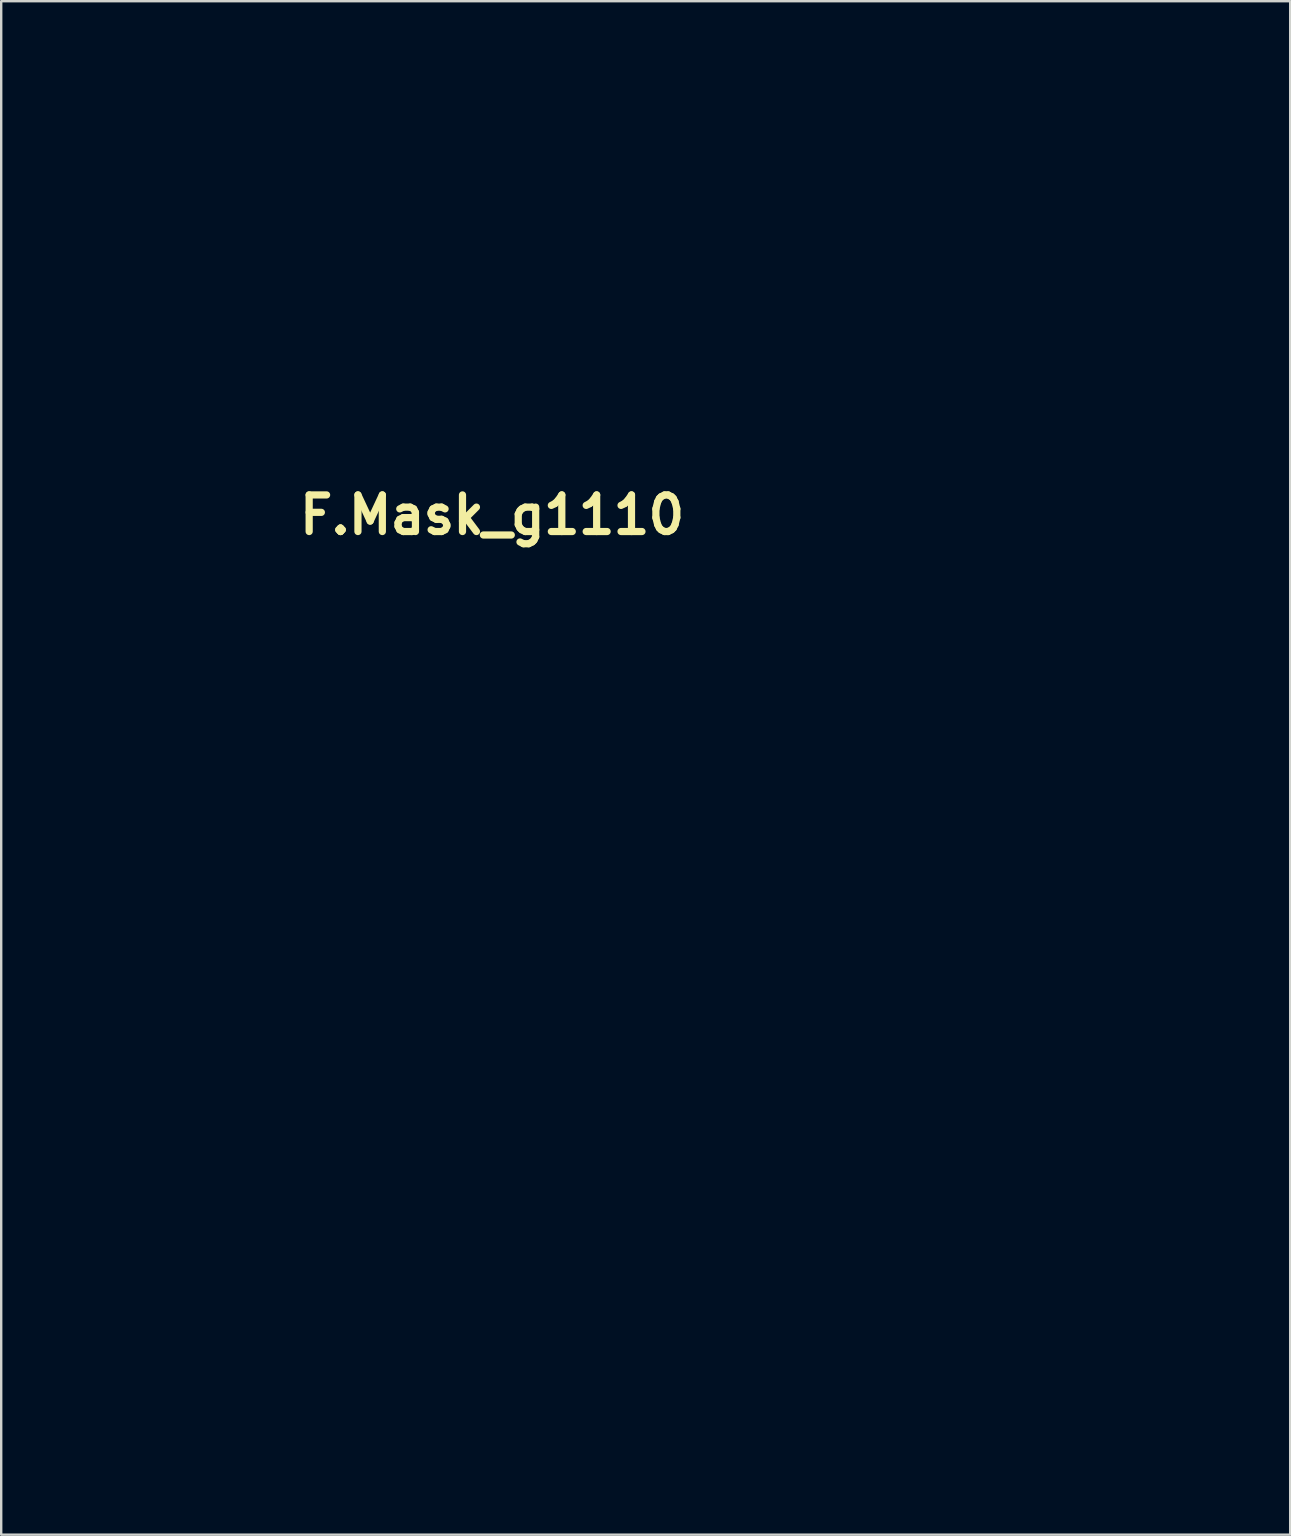
<source format=kicad_pcb>
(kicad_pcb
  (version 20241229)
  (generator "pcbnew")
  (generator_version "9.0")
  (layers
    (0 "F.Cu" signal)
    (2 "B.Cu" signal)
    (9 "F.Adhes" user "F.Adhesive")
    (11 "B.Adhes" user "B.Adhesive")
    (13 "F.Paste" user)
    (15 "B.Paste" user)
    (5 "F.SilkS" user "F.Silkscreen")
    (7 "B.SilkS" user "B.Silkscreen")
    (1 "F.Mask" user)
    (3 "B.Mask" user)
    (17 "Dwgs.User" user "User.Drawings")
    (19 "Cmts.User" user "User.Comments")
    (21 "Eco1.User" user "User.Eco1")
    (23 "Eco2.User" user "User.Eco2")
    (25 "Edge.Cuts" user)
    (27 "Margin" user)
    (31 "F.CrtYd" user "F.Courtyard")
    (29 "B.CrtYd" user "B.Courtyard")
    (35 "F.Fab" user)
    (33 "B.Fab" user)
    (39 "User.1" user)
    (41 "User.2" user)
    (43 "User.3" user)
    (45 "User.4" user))
  (footprint "F.Mask_g1110"
    (layer "F.Cu")
    (at 17.447 18.399)
    (property "Reference" "F.Mask_g1110" (at 0 0 0) (layer "F.SilkS") (effects (font (size 1.524 1.524) (thickness 0.3))))
    (attr through_hole)
    (fp_poly (pts (xy 10.24 7.795) (xy 10.632 8.188) (xy 10.211 8.597) (xy 10.088 8.716) (xy 9.963 8.837) (xy 9.843 8.953) (xy 9.735 9.058) (xy 9.646 9.145) (xy 9.592 9.197) (xy 9.395 9.389) (xy 9.901 9.879) (xy 10.407 10.369) (xy 11.568 10.317) (xy 12.73 10.264) (xy 13.193 10.727) (xy 13.656 11.191) (xy 12.908 11.205) (xy 12.692 11.209) (xy 12.453 11.213) (xy 12.203 11.218) (xy 11.954 11.223) (xy 11.721 11.227) (xy 11.515 11.231) (xy 11.483 11.232) (xy 10.805 11.246) (xy 10.649 12.74) (xy 10.623 12.987) (xy 10.598 13.221) (xy 10.575 13.439) (xy 10.554 13.638) (xy 10.536 13.814) (xy 10.52 13.964) (xy 10.507 14.085) (xy 10.498 14.173) (xy 10.492 14.225) (xy 10.49 14.238) (xy 10.475 14.225) (xy 10.433 14.186) (xy 10.369 14.124) (xy 10.285 14.044) (xy 10.186 13.949) (xy 10.075 13.842) (xy 10.036 13.804) (xy 9.584 13.367) (xy 9.704 12.16) (xy 9.823 10.954) (xy 9.325 10.462) (xy 9.206 10.344) (xy 9.095 10.236) (xy 8.998 10.142) (xy 8.917 10.065) (xy 8.857 10.009) (xy 8.82 9.977) (xy 8.811 9.97) (xy 8.793 9.984) (xy 8.748 10.025) (xy 8.678 10.09) (xy 8.588 10.175) (xy 8.481 10.277) (xy 8.359 10.394) (xy 8.226 10.522) (xy 8.14 10.605) (xy 8.001 10.739) (xy 7.872 10.863) (xy 7.756 10.974) (xy 7.655 11.07) (xy 7.574 11.147) (xy 7.514 11.203) (xy 7.479 11.234) (xy 7.472 11.239) (xy 7.454 11.225) (xy 7.41 11.186) (xy 7.344 11.124) (xy 7.26 11.045) (xy 7.163 10.951) (xy 7.069 10.86) (xy 6.678 10.481) (xy 6.837 10.323) (xy 6.875 10.286) (xy 6.942 10.221) (xy 7.034 10.131) (xy 7.149 10.019) (xy 7.284 9.887) (xy 7.438 9.738) (xy 7.608 9.573) (xy 7.792 9.395) (xy 7.986 9.206) (xy 8.189 9.009) (xy 8.398 8.807) (xy 8.421 8.784) (xy 9.847 7.403) (xy 10.24 7.795)) (stroke (width 0.01) (type solid)) (fill yes) (layer "F.Mask"))
    (fp_poly (pts (xy 2.782 0.391) (xy 2.897 0.501) (xy 2.981 0.586) (xy 3.036 0.649) (xy 3.064 0.691) (xy 3.069 0.709) (xy 3.066 0.734) (xy 3.055 0.797) (xy 3.038 0.895) (xy 3.015 1.026) (xy 2.987 1.186) (xy 2.954 1.372) (xy 2.917 1.581) (xy 2.876 1.811) (xy 2.832 2.057) (xy 2.786 2.318) (xy 2.737 2.589) (xy 2.687 2.868) (xy 2.636 3.153) (xy 2.585 3.439) (xy 2.534 3.723) (xy 2.484 4.004) (xy 2.434 4.277) (xy 2.387 4.54) (xy 2.342 4.79) (xy 2.3 5.023) (xy 2.261 5.236) (xy 2.226 5.427) (xy 2.196 5.593) (xy 2.171 5.73) (xy 2.151 5.835) (xy 2.138 5.905) (xy 2.131 5.938) (xy 2.131 5.94) (xy 2.115 5.927) (xy 2.074 5.887) (xy 2.009 5.826) (xy 1.926 5.745) (xy 1.827 5.649) (xy 1.717 5.542) (xy 1.685 5.511) (xy 1.243 5.079) (xy 1.634 3.121) (xy 1.69 2.84) (xy 1.744 2.571) (xy 1.794 2.317) (xy 1.84 2.081) (xy 1.882 1.865) (xy 1.92 1.673) (xy 1.951 1.507) (xy 1.977 1.371) (xy 1.996 1.266) (xy 2.009 1.197) (xy 2.013 1.165) (xy 2.013 1.164) (xy 1.991 1.167) (xy 1.93 1.177) (xy 1.833 1.193) (xy 1.702 1.215) (xy 1.542 1.242) (xy 1.354 1.274) (xy 1.142 1.31) (xy 0.908 1.35) (xy 0.655 1.393) (xy 0.387 1.438) (xy 0.105 1.486) (xy -0.007 1.505) (xy -2.015 1.847) (xy -2.447 1.416) (xy -2.572 1.29) (xy -2.67 1.191) (xy -2.743 1.116) (xy -2.794 1.06) (xy -2.826 1.021) (xy -2.842 0.995) (xy -2.844 0.98) (xy -2.836 0.971) (xy -2.831 0.97) (xy -2.805 0.965) (xy -2.739 0.953) (xy -2.636 0.936) (xy -2.5 0.914) (xy -2.331 0.887) (xy -2.134 0.855) (xy -1.91 0.819) (xy -1.662 0.779) (xy -1.393 0.736) (xy -1.105 0.69) (xy -0.801 0.642) (xy -0.483 0.591) (xy -0.153 0.539) (xy -0.144 0.538) (xy 2.496 0.121) (xy 2.782 0.391)) (stroke (width 0.01) (type solid)) (fill yes) (layer "F.Mask"))
    (fp_poly (pts (xy -2.988 -7.426) (xy -2.943 -7.386) (xy -2.876 -7.324) (xy -2.792 -7.244) (xy -2.694 -7.151) (xy -2.602 -7.061) (xy -2.214 -6.682) (xy -2.975 -5.94) (xy -3.14 -5.779) (xy -3.309 -5.614) (xy -3.477 -5.449) (xy -3.639 -5.291) (xy -3.79 -5.143) (xy -3.924 -5.011) (xy -4.037 -4.899) (xy -4.106 -4.831) (xy -4.477 -4.463) (xy -3.219 -3.216) (xy -1.962 -1.969) (xy -1.367 -2.549) (xy -0.772 -3.128) (xy 0.029 -2.341) (xy -0.247 -2.075) (xy -0.295 -2.029) (xy -0.372 -1.955) (xy -0.474 -1.856) (xy -0.601 -1.732) (xy -0.751 -1.587) (xy -0.92 -1.422) (xy -1.109 -1.239) (xy -1.313 -1.04) (xy -1.532 -0.827) (xy -1.764 -0.602) (xy -2.006 -0.366) (xy -2.256 -0.123) (xy -2.513 0.127) (xy -2.708 0.318) (xy -2.963 0.566) (xy -3.21 0.806) (xy -3.447 1.036) (xy -3.672 1.255) (xy -3.884 1.461) (xy -4.081 1.652) (xy -4.261 1.827) (xy -4.423 1.983) (xy -4.564 2.12) (xy -4.684 2.236) (xy -4.78 2.328) (xy -4.85 2.396) (xy -4.894 2.437) (xy -4.909 2.451) (xy -4.928 2.438) (xy -4.973 2.4) (xy -5.039 2.34) (xy -5.124 2.261) (xy -5.221 2.169) (xy -5.31 2.083) (xy -5.415 1.98) (xy -5.508 1.886) (xy -5.587 1.804) (xy -5.645 1.74) (xy -5.681 1.698) (xy -5.69 1.681) (xy -5.674 1.663) (xy -5.63 1.617) (xy -5.559 1.546) (xy -5.465 1.451) (xy -5.348 1.335) (xy -5.21 1.199) (xy -5.055 1.046) (xy -4.883 0.877) (xy -4.697 0.695) (xy -4.499 0.501) (xy -4.291 0.297) (xy -4.128 0.138) (xy -3.913 -0.072) (xy -3.707 -0.273) (xy -3.512 -0.464) (xy -3.329 -0.642) (xy -3.161 -0.806) (xy -3.01 -0.955) (xy -2.878 -1.085) (xy -2.766 -1.195) (xy -2.677 -1.283) (xy -2.613 -1.346) (xy -2.576 -1.384) (xy -2.566 -1.394) (xy -2.58 -1.411) (xy -2.622 -1.455) (xy -2.69 -1.525) (xy -2.781 -1.617) (xy -2.893 -1.731) (xy -3.025 -1.863) (xy -3.174 -2.011) (xy -3.337 -2.174) (xy -3.513 -2.349) (xy -3.7 -2.534) (xy -3.818 -2.651) (xy -5.075 -3.893) (xy -5.758 -3.233) (xy -5.899 -3.096) (xy -6.03 -2.97) (xy -6.15 -2.855) (xy -6.253 -2.757) (xy -6.338 -2.676) (xy -6.401 -2.618) (xy -6.44 -2.583) (xy -6.45 -2.575) (xy -6.467 -2.59) (xy -6.51 -2.631) (xy -6.575 -2.694) (xy -6.658 -2.775) (xy -6.754 -2.87) (xy -6.847 -2.962) (xy -7.234 -3.347) (xy -5.129 -5.394) (xy -4.879 -5.637) (xy -4.637 -5.872) (xy -4.405 -6.097) (xy -4.184 -6.311) (xy -3.977 -6.511) (xy -3.785 -6.696) (xy -3.611 -6.865) (xy -3.455 -7.015) (xy -3.319 -7.146) (xy -3.206 -7.254) (xy -3.116 -7.34) (xy -3.052 -7.4) (xy -3.016 -7.433) (xy -3.007 -7.44) (xy -2.988 -7.426)) (stroke (width 0.01) (type solid)) (fill yes) (layer "F.Mask"))
    (fp_poly (pts (xy 5.587 3.577) (xy 5.781 3.626) (xy 5.984 3.715) (xy 6.199 3.843) (xy 6.218 3.857) (xy 6.25 3.88) (xy 6.293 3.916) (xy 6.349 3.965) (xy 6.418 4.028) (xy 6.503 4.106) (xy 6.603 4.201) (xy 6.721 4.314) (xy 6.857 4.446) (xy 7.013 4.597) (xy 7.189 4.77) (xy 7.387 4.964) (xy 7.609 5.182) (xy 7.854 5.424) (xy 8.125 5.692) (xy 8.422 5.987) (xy 8.747 6.309) (xy 9.091 6.651) (xy 9.366 6.925) (xy 9.081 7.198) (xy 8.989 7.284) (xy 8.908 7.359) (xy 8.841 7.418) (xy 8.795 7.457) (xy 8.773 7.471) (xy 8.755 7.457) (xy 8.709 7.415) (xy 8.64 7.349) (xy 8.548 7.26) (xy 8.438 7.153) (xy 8.312 7.028) (xy 8.173 6.891) (xy 8.024 6.742) (xy 7.927 6.645) (xy 7.746 6.464) (xy 7.553 6.271) (xy 7.353 6.072) (xy 7.152 5.874) (xy 6.958 5.682) (xy 6.776 5.502) (xy 6.612 5.341) (xy 6.485 5.218) (xy 6.326 5.063) (xy 6.193 4.935) (xy 6.085 4.833) (xy 5.997 4.752) (xy 5.928 4.691) (xy 5.874 4.647) (xy 5.832 4.617) (xy 5.8 4.599) (xy 5.781 4.591) (xy 5.716 4.576) (xy 5.668 4.58) (xy 5.631 4.595) (xy 5.607 4.614) (xy 5.555 4.659) (xy 5.481 4.728) (xy 5.386 4.816) (xy 5.275 4.92) (xy 5.151 5.037) (xy 5.017 5.164) (xy 4.877 5.298) (xy 4.734 5.434) (xy 4.592 5.571) (xy 4.454 5.704) (xy 4.324 5.83) (xy 4.205 5.946) (xy 4.101 6.049) (xy 4.014 6.135) (xy 3.949 6.201) (xy 3.909 6.243) (xy 3.904 6.249) (xy 3.861 6.33) (xy 3.858 6.42) (xy 3.896 6.517) (xy 3.906 6.532) (xy 3.929 6.559) (xy 3.979 6.613) (xy 4.056 6.693) (xy 4.155 6.795) (xy 4.277 6.919) (xy 4.417 7.061) (xy 4.574 7.219) (xy 4.747 7.392) (xy 4.931 7.577) (xy 5.127 7.771) (xy 5.33 7.974) (xy 5.372 8.015) (xy 6.784 9.416) (xy 6.583 9.62) (xy 6.499 9.704) (xy 6.415 9.786) (xy 6.342 9.855) (xy 6.289 9.903) (xy 6.287 9.905) (xy 6.191 9.986) (xy 4.698 8.501) (xy 4.44 8.245) (xy 4.211 8.017) (xy 4.008 7.814) (xy 3.83 7.636) (xy 3.675 7.479) (xy 3.541 7.342) (xy 3.426 7.222) (xy 3.328 7.119) (xy 3.246 7.029) (xy 3.177 6.952) (xy 3.121 6.884) (xy 3.074 6.824) (xy 3.036 6.77) (xy 3.004 6.72) (xy 2.977 6.671) (xy 2.953 6.623) (xy 2.932 6.578) (xy 2.857 6.376) (xy 2.821 6.186) (xy 2.826 6.006) (xy 2.845 5.912) (xy 2.861 5.855) (xy 2.881 5.802) (xy 2.906 5.749) (xy 2.939 5.693) (xy 2.984 5.632) (xy 3.041 5.562) (xy 3.115 5.479) (xy 3.208 5.382) (xy 3.322 5.266) (xy 3.46 5.129) (xy 3.625 4.968) (xy 3.721 4.874) (xy 3.937 4.663) (xy 4.126 4.48) (xy 4.288 4.322) (xy 4.428 4.187) (xy 4.546 4.074) (xy 4.645 3.98) (xy 4.728 3.903) (xy 4.797 3.841) (xy 4.854 3.791) (xy 4.901 3.753) (xy 4.941 3.723) (xy 4.976 3.7) (xy 5.008 3.681) (xy 5.04 3.665) (xy 5.043 3.663) (xy 5.22 3.596) (xy 5.4 3.567) (xy 5.587 3.577)) (stroke (width 0.01) (type solid)) (fill yes) (layer "F.Mask"))
    (fp_poly (pts (xy -14.69 -15.854) (xy -14.935 -15.854) (xy -14.971 -16.155) (xy -15.023 -16.501) (xy -15.09 -16.82) (xy -15.171 -17.109) (xy -15.267 -17.367) (xy -15.375 -17.592) (xy -15.495 -17.782) (xy -15.627 -17.937) (xy -15.769 -18.054) (xy -15.921 -18.131) (xy -15.947 -18.14) (xy -16.04 -18.156) (xy -16.154 -18.158) (xy -16.271 -18.145) (xy -16.374 -18.12) (xy -16.416 -18.103) (xy -16.546 -18.013) (xy -16.647 -17.894) (xy -16.717 -17.748) (xy -16.755 -17.578) (xy -16.76 -17.515) (xy -16.761 -17.406) (xy -16.75 -17.296) (xy -16.726 -17.183) (xy -16.688 -17.063) (xy -16.634 -16.934) (xy -16.562 -16.791) (xy -16.471 -16.632) (xy -16.359 -16.454) (xy -16.224 -16.253) (xy -16.065 -16.027) (xy -15.881 -15.772) (xy -15.856 -15.737) (xy -15.61 -15.397) (xy -15.391 -15.085) (xy -15.198 -14.798) (xy -15.029 -14.532) (xy -14.883 -14.286) (xy -14.758 -14.055) (xy -14.653 -13.837) (xy -14.565 -13.629) (xy -14.493 -13.428) (xy -14.436 -13.231) (xy -14.392 -13.035) (xy -14.381 -12.975) (xy -14.365 -12.842) (xy -14.354 -12.679) (xy -14.351 -12.5) (xy -14.353 -12.318) (xy -14.363 -12.145) (xy -14.379 -11.994) (xy -14.383 -11.965) (xy -14.442 -11.696) (xy -14.526 -11.449) (xy -14.634 -11.227) (xy -14.765 -11.032) (xy -14.915 -10.868) (xy -15.082 -10.736) (xy -15.266 -10.641) (xy -15.411 -10.595) (xy -15.545 -10.574) (xy -15.7 -10.565) (xy -15.859 -10.57) (xy -16.003 -10.587) (xy -16.034 -10.594) (xy -16.244 -10.659) (xy -16.445 -10.763) (xy -16.641 -10.906) (xy -16.749 -11.004) (xy -16.822 -11.071) (xy -16.875 -11.111) (xy -16.904 -11.122) (xy -16.908 -11.119) (xy -16.923 -11.093) (xy -16.955 -11.037) (xy -16.999 -10.959) (xy -17.05 -10.868) (xy -17.06 -10.849) (xy -17.198 -10.603) (xy -17.431 -10.615) (xy -17.436 -12.017) (xy -17.442 -13.42) (xy -17.193 -13.42) (xy -17.178 -13.213) (xy -17.142 -12.852) (xy -17.085 -12.512) (xy -17.011 -12.195) (xy -16.918 -11.906) (xy -16.809 -11.644) (xy -16.685 -11.413) (xy -16.546 -11.215) (xy -16.394 -11.053) (xy -16.229 -10.928) (xy -16.143 -10.881) (xy -15.995 -10.825) (xy -15.838 -10.795) (xy -15.684 -10.791) (xy -15.542 -10.813) (xy -15.45 -10.849) (xy -15.313 -10.942) (xy -15.207 -11.063) (xy -15.131 -11.209) (xy -15.086 -11.378) (xy -15.073 -11.568) (xy -15.092 -11.775) (xy -15.144 -11.998) (xy -15.173 -12.088) (xy -15.214 -12.2) (xy -15.259 -12.313) (xy -15.311 -12.427) (xy -15.37 -12.547) (xy -15.439 -12.675) (xy -15.52 -12.815) (xy -15.614 -12.97) (xy -15.723 -13.143) (xy -15.85 -13.338) (xy -15.996 -13.557) (xy -16.163 -13.803) (xy -16.354 -14.081) (xy -16.365 -14.097) (xy -16.563 -14.392) (xy -16.734 -14.663) (xy -16.879 -14.912) (xy -17 -15.147) (xy -17.1 -15.37) (xy -17.18 -15.588) (xy -17.243 -15.805) (xy -17.29 -16.025) (xy -17.323 -16.255) (xy -17.338 -16.4) (xy -17.35 -16.701) (xy -17.333 -16.99) (xy -17.287 -17.263) (xy -17.215 -17.515) (xy -17.117 -17.741) (xy -16.994 -17.939) (xy -16.911 -18.04) (xy -16.759 -18.185) (xy -16.602 -18.289) (xy -16.434 -18.357) (xy -16.249 -18.389) (xy -16.143 -18.394) (xy -16.044 -18.39) (xy -15.945 -18.38) (xy -15.867 -18.366) (xy -15.862 -18.365) (xy -15.71 -18.309) (xy -15.553 -18.226) (xy -15.403 -18.122) (xy -15.31 -18.041) (xy -15.248 -17.982) (xy -15.2 -17.937) (xy -15.171 -17.911) (xy -15.166 -17.907) (xy -15.156 -17.925) (xy -15.132 -17.974) (xy -15.097 -18.048) (xy -15.055 -18.138) (xy -15.05 -18.15) (xy -14.937 -18.394) (xy -14.69 -18.394) (xy -14.69 -15.854)) (stroke (width 0.01) (type solid)) (fill yes) (layer "F.Mask"))
    (fp_poly (pts (xy 7.373 34.925) (xy 7.448 34.931) (xy 7.52 34.941) (xy 7.54 34.945) (xy 7.696 34.989) (xy 7.837 35.056) (xy 7.951 35.14) (xy 7.955 35.143) (xy 7.991 35.18) (xy 8.023 35.218) (xy 8.052 35.263) (xy 8.08 35.317) (xy 8.106 35.384) (xy 8.134 35.469) (xy 8.163 35.575) (xy 8.194 35.706) (xy 8.231 35.865) (xy 8.272 36.057) (xy 8.32 36.286) (xy 8.339 36.375) (xy 8.379 36.573) (xy 8.418 36.761) (xy 8.453 36.935) (xy 8.483 37.091) (xy 8.509 37.223) (xy 8.528 37.327) (xy 8.54 37.397) (xy 8.544 37.423) (xy 8.54 37.572) (xy 8.501 37.724) (xy 8.431 37.868) (xy 8.334 37.991) (xy 8.315 38.009) (xy 8.224 38.078) (xy 8.104 38.149) (xy 7.966 38.214) (xy 7.824 38.267) (xy 7.821 38.268) (xy 7.762 38.285) (xy 7.666 38.308) (xy 7.539 38.337) (xy 7.385 38.372) (xy 7.209 38.409) (xy 7.017 38.45) (xy 6.814 38.492) (xy 6.604 38.535) (xy 6.36 38.583) (xy 6.153 38.624) (xy 5.979 38.657) (xy 5.833 38.684) (xy 5.712 38.705) (xy 5.611 38.721) (xy 5.526 38.732) (xy 5.452 38.74) (xy 5.386 38.745) (xy 5.334 38.747) (xy 5.226 38.748) (xy 5.123 38.746) (xy 5.039 38.74) (xy 4.995 38.734) (xy 4.887 38.701) (xy 4.773 38.651) (xy 4.668 38.589) (xy 4.587 38.525) (xy 4.571 38.508) (xy 4.539 38.469) (xy 4.51 38.427) (xy 4.483 38.378) (xy 4.457 38.318) (xy 4.431 38.244) (xy 4.403 38.151) (xy 4.373 38.036) (xy 4.34 37.894) (xy 4.301 37.723) (xy 4.257 37.517) (xy 4.21 37.295) (xy 4.156 37.04) (xy 4.112 36.823) (xy 4.076 36.639) (xy 4.049 36.486) (xy 4.029 36.358) (xy 4.017 36.253) (xy 4.012 36.178) (xy 4.907 36.178) (xy 4.913 36.248) (xy 4.927 36.341) (xy 4.948 36.459) (xy 4.976 36.607) (xy 5.013 36.788) (xy 5.058 37.006) (xy 5.068 37.058) (xy 5.108 37.249) (xy 5.146 37.429) (xy 5.182 37.593) (xy 5.214 37.735) (xy 5.241 37.853) (xy 5.263 37.941) (xy 5.278 37.995) (xy 5.284 38.009) (xy 5.332 38.052) (xy 5.404 38.081) (xy 5.484 38.089) (xy 5.503 38.087) (xy 5.535 38.081) (xy 5.603 38.068) (xy 5.704 38.049) (xy 5.833 38.024) (xy 5.986 37.995) (xy 6.158 37.962) (xy 6.345 37.925) (xy 6.488 37.898) (xy 6.684 37.859) (xy 6.87 37.821) (xy 7.041 37.786) (xy 7.193 37.753) (xy 7.321 37.725) (xy 7.419 37.702) (xy 7.484 37.685) (xy 7.507 37.677) (xy 7.57 37.641) (xy 7.621 37.597) (xy 7.631 37.584) (xy 7.639 37.57) (xy 7.645 37.552) (xy 7.647 37.528) (xy 7.646 37.493) (xy 7.64 37.444) (xy 7.629 37.377) (xy 7.613 37.287) (xy 7.591 37.172) (xy 7.562 37.027) (xy 7.525 36.849) (xy 7.481 36.633) (xy 7.475 36.605) (xy 7.426 36.37) (xy 7.384 36.173) (xy 7.349 36.012) (xy 7.319 35.884) (xy 7.295 35.786) (xy 7.275 35.715) (xy 7.259 35.669) (xy 7.246 35.643) (xy 7.243 35.639) (xy 7.196 35.61) (xy 7.131 35.59) (xy 7.12 35.588) (xy 7.08 35.59) (xy 7.004 35.6) (xy 6.897 35.616) (xy 6.764 35.639) (xy 6.609 35.667) (xy 6.44 35.698) (xy 6.26 35.733) (xy 6.074 35.769) (xy 5.888 35.807) (xy 5.707 35.844) (xy 5.536 35.88) (xy 5.381 35.914) (xy 5.245 35.944) (xy 5.135 35.97) (xy 5.056 35.992) (xy 5.013 36.006) (xy 5.011 36.007) (xy 4.978 36.024) (xy 4.951 36.041) (xy 4.93 36.061) (xy 4.915 36.088) (xy 4.908 36.125) (xy 4.907 36.178) (xy 4.012 36.178) (xy 4.012 36.166) (xy 4.013 36.094) (xy 4.02 36.033) (xy 4.034 35.979) (xy 4.052 35.928) (xy 4.06 35.909) (xy 4.145 35.773) (xy 4.267 35.649) (xy 4.424 35.54) (xy 4.613 35.448) (xy 4.678 35.423) (xy 4.73 35.408) (xy 4.819 35.385) (xy 4.94 35.356) (xy 5.089 35.323) (xy 5.26 35.285) (xy 5.448 35.245) (xy 5.65 35.203) (xy 5.86 35.16) (xy 5.884 35.155) (xy 6.166 35.098) (xy 6.409 35.051) (xy 6.619 35.012) (xy 6.799 34.98) (xy 6.952 34.956) (xy 7.082 34.939) (xy 7.193 34.929) (xy 7.289 34.924) (xy 7.373 34.925)) (stroke (width 0.01) (type solid)) (fill yes) (layer "F.Mask"))
    (fp_poly (pts (xy 2.52 35.75) (xy 2.753 35.763) (xy 2.953 35.801) (xy 3.121 35.866) (xy 3.259 35.957) (xy 3.367 36.077) (xy 3.446 36.226) (xy 3.499 36.406) (xy 3.515 36.5) (xy 3.533 36.717) (xy 3.528 36.901) (xy 3.498 37.053) (xy 3.461 37.143) (xy 3.374 37.271) (xy 3.259 37.38) (xy 3.116 37.471) (xy 2.94 37.545) (xy 2.73 37.604) (xy 2.484 37.648) (xy 2.358 37.664) (xy 2.259 37.675) (xy 2.126 37.689) (xy 1.969 37.706) (xy 1.795 37.724) (xy 1.615 37.743) (xy 1.435 37.761) (xy 1.418 37.763) (xy 1.209 37.784) (xy 1.039 37.804) (xy 0.903 37.822) (xy 0.797 37.84) (xy 0.717 37.858) (xy 0.66 37.877) (xy 0.621 37.899) (xy 0.596 37.925) (xy 0.582 37.955) (xy 0.58 37.964) (xy 0.578 37.998) (xy 0.58 38.063) (xy 0.585 38.152) (xy 0.593 38.257) (xy 0.602 38.368) (xy 0.611 38.477) (xy 0.621 38.576) (xy 0.631 38.657) (xy 0.639 38.712) (xy 0.644 38.73) (xy 0.666 38.729) (xy 0.726 38.724) (xy 0.822 38.715) (xy 0.95 38.703) (xy 1.107 38.688) (xy 1.289 38.67) (xy 1.493 38.649) (xy 1.716 38.627) (xy 1.955 38.602) (xy 2.183 38.579) (xy 2.433 38.553) (xy 2.67 38.529) (xy 2.891 38.507) (xy 3.094 38.486) (xy 3.273 38.468) (xy 3.427 38.453) (xy 3.552 38.44) (xy 3.644 38.431) (xy 3.701 38.426) (xy 3.718 38.425) (xy 3.722 38.446) (xy 3.73 38.501) (xy 3.739 38.58) (xy 3.749 38.673) (xy 3.759 38.773) (xy 3.769 38.871) (xy 3.777 38.957) (xy 3.783 39.022) (xy 3.785 39.058) (xy 3.785 39.062) (xy 3.763 39.064) (xy 3.703 39.071) (xy 3.607 39.081) (xy 3.479 39.095) (xy 3.322 39.111) (xy 3.14 39.13) (xy 2.936 39.151) (xy 2.713 39.174) (xy 2.474 39.198) (xy 2.254 39.22) (xy 1.99 39.247) (xy 1.728 39.274) (xy 1.471 39.3) (xy 1.226 39.325) (xy 0.996 39.348) (xy 0.787 39.37) (xy 0.603 39.388) (xy 0.449 39.404) (xy 0.33 39.416) (xy 0.281 39.421) (xy -0.169 39.468) (xy -0.179 39.403) (xy -0.188 39.341) (xy -0.199 39.246) (xy -0.213 39.126) (xy -0.228 38.987) (xy -0.243 38.836) (xy -0.259 38.68) (xy -0.274 38.525) (xy -0.288 38.378) (xy -0.3 38.247) (xy -0.309 38.137) (xy -0.315 38.056) (xy -0.318 38.011) (xy -0.298 37.84) (xy -0.241 37.687) (xy -0.146 37.552) (xy -0.015 37.436) (xy 0.151 37.339) (xy 0.351 37.264) (xy 0.51 37.224) (xy 0.566 37.215) (xy 0.658 37.202) (xy 0.781 37.187) (xy 0.93 37.169) (xy 1.099 37.15) (xy 1.282 37.13) (xy 1.474 37.11) (xy 1.524 37.105) (xy 1.713 37.085) (xy 1.892 37.066) (xy 2.056 37.048) (xy 2.199 37.031) (xy 2.316 37.017) (xy 2.403 37.006) (xy 2.455 36.998) (xy 2.463 36.996) (xy 2.532 36.968) (xy 2.593 36.927) (xy 2.598 36.922) (xy 2.625 36.893) (xy 2.64 36.863) (xy 2.645 36.822) (xy 2.643 36.758) (xy 2.639 36.698) (xy 2.628 36.609) (xy 2.613 36.532) (xy 2.596 36.482) (xy 2.593 36.479) (xy 2.578 36.456) (xy 2.561 36.438) (xy 2.54 36.423) (xy 2.51 36.411) (xy 2.47 36.404) (xy 2.415 36.4) (xy 2.344 36.399) (xy 2.252 36.403) (xy 2.137 36.411) (xy 1.995 36.422) (xy 1.823 36.438) (xy 1.619 36.458) (xy 1.378 36.482) (xy 1.106 36.51) (xy 0.876 36.533) (xy 0.658 36.555) (xy 0.455 36.575) (xy 0.272 36.594) (xy 0.111 36.609) (xy -0.022 36.622) (xy -0.125 36.632) (xy -0.194 36.638) (xy -0.224 36.64) (xy -0.224 36.64) (xy -0.242 36.637) (xy -0.256 36.625) (xy -0.266 36.597) (xy -0.276 36.546) (xy -0.286 36.467) (xy -0.299 36.353) (xy -0.301 36.338) (xy -0.311 36.229) (xy -0.318 36.136) (xy -0.322 36.067) (xy -0.321 36.028) (xy -0.32 36.023) (xy -0.295 36.017) (xy -0.233 36.008) (xy -0.137 35.996) (xy -0.011 35.982) (xy 0.14 35.965) (xy 0.311 35.947) (xy 0.5 35.928) (xy 0.701 35.908) (xy 0.91 35.887) (xy 1.123 35.866) (xy 1.336 35.846) (xy 1.544 35.827) (xy 1.743 35.809) (xy 1.93 35.793) (xy 2.099 35.778) (xy 2.247 35.766) (xy 2.369 35.757) (xy 2.461 35.752) (xy 2.519 35.75) (xy 2.52 35.75)) (stroke (width 0.01) (type solid)) (fill yes) (layer "F.Mask"))
    (fp_poly (pts (xy 15.978 32.223) (xy 16.14 32.251) (xy 16.28 32.309) (xy 16.402 32.398) (xy 16.51 32.523) (xy 16.605 32.684) (xy 16.691 32.884) (xy 16.709 32.931) (xy 16.749 33.086) (xy 16.764 33.242) (xy 16.753 33.387) (xy 16.732 33.464) (xy 16.662 33.605) (xy 16.551 33.741) (xy 16.402 33.872) (xy 16.217 33.994) (xy 16.171 34.02) (xy 16.122 34.044) (xy 16.038 34.082) (xy 15.925 34.131) (xy 15.787 34.189) (xy 15.63 34.254) (xy 15.458 34.325) (xy 15.277 34.398) (xy 15.198 34.43) (xy 14.975 34.519) (xy 14.788 34.595) (xy 14.635 34.66) (xy 14.511 34.714) (xy 14.415 34.76) (xy 14.342 34.799) (xy 14.29 34.833) (xy 14.255 34.863) (xy 14.235 34.892) (xy 14.226 34.921) (xy 14.224 34.942) (xy 14.232 34.97) (xy 14.252 35.029) (xy 14.283 35.111) (xy 14.32 35.209) (xy 14.361 35.313) (xy 14.403 35.416) (xy 14.441 35.511) (xy 14.474 35.589) (xy 14.498 35.641) (xy 14.508 35.66) (xy 14.528 35.654) (xy 14.584 35.632) (xy 14.673 35.597) (xy 14.792 35.55) (xy 14.938 35.492) (xy 15.108 35.425) (xy 15.299 35.349) (xy 15.507 35.266) (xy 15.729 35.176) (xy 15.938 35.093) (xy 16.171 34.999) (xy 16.392 34.911) (xy 16.599 34.829) (xy 16.789 34.755) (xy 16.957 34.69) (xy 17.102 34.634) (xy 17.219 34.59) (xy 17.307 34.559) (xy 17.361 34.541) (xy 17.379 34.537) (xy 17.398 34.569) (xy 17.426 34.628) (xy 17.459 34.708) (xy 17.496 34.798) (xy 17.531 34.891) (xy 17.562 34.978) (xy 17.585 35.05) (xy 17.598 35.098) (xy 17.598 35.115) (xy 17.577 35.124) (xy 17.52 35.148) (xy 17.43 35.185) (xy 17.311 35.234) (xy 17.166 35.294) (xy 16.998 35.362) (xy 16.811 35.438) (xy 16.608 35.52) (xy 16.392 35.608) (xy 16.166 35.699) (xy 15.935 35.792) (xy 15.701 35.887) (xy 15.467 35.981) (xy 15.238 36.074) (xy 15.015 36.163) (xy 14.803 36.248) (xy 14.605 36.328) (xy 14.424 36.4) (xy 14.264 36.464) (xy 14.127 36.518) (xy 14.042 36.551) (xy 13.935 36.594) (xy 13.651 35.914) (xy 13.575 35.732) (xy 13.514 35.584) (xy 13.466 35.466) (xy 13.43 35.373) (xy 13.403 35.299) (xy 13.385 35.239) (xy 13.373 35.19) (xy 13.365 35.146) (xy 13.361 35.101) (xy 13.359 35.059) (xy 13.357 34.966) (xy 13.362 34.899) (xy 13.376 34.84) (xy 13.404 34.774) (xy 13.415 34.751) (xy 13.504 34.605) (xy 13.631 34.47) (xy 13.78 34.354) (xy 13.824 34.325) (xy 13.866 34.297) (xy 13.911 34.271) (xy 13.962 34.244) (xy 14.023 34.215) (xy 14.099 34.181) (xy 14.192 34.14) (xy 14.308 34.092) (xy 14.45 34.034) (xy 14.622 33.964) (xy 14.829 33.881) (xy 14.895 33.854) (xy 15.074 33.781) (xy 15.243 33.712) (xy 15.397 33.647) (xy 15.532 33.59) (xy 15.643 33.541) (xy 15.726 33.503) (xy 15.776 33.477) (xy 15.786 33.471) (xy 15.848 33.418) (xy 15.88 33.366) (xy 15.886 33.306) (xy 15.866 33.227) (xy 15.845 33.168) (xy 15.801 33.064) (xy 15.764 32.995) (xy 15.725 32.953) (xy 15.68 32.932) (xy 15.621 32.925) (xy 15.607 32.925) (xy 15.579 32.928) (xy 15.54 32.936) (xy 15.487 32.951) (xy 15.417 32.974) (xy 15.328 33.006) (xy 15.216 33.048) (xy 15.078 33.101) (xy 14.913 33.166) (xy 14.716 33.244) (xy 14.484 33.337) (xy 14.28 33.419) (xy 14.064 33.505) (xy 13.86 33.587) (xy 13.67 33.661) (xy 13.5 33.727) (xy 13.351 33.785) (xy 13.227 33.831) (xy 13.131 33.866) (xy 13.067 33.888) (xy 13.039 33.895) (xy 13.038 33.895) (xy 13.022 33.867) (xy 12.995 33.81) (xy 12.962 33.733) (xy 12.926 33.644) (xy 12.889 33.552) (xy 12.856 33.466) (xy 12.83 33.393) (xy 12.815 33.343) (xy 12.812 33.324) (xy 12.835 33.313) (xy 12.893 33.288) (xy 12.983 33.25) (xy 13.101 33.202) (xy 13.241 33.144) (xy 13.401 33.08) (xy 13.577 33.009) (xy 13.764 32.934) (xy 13.958 32.856) (xy 14.156 32.777) (xy 14.354 32.699) (xy 14.546 32.623) (xy 14.73 32.55) (xy 14.902 32.483) (xy 15.057 32.422) (xy 15.191 32.37) (xy 15.301 32.328) (xy 15.382 32.298) (xy 15.431 32.281) (xy 15.437 32.279) (xy 15.531 32.257) (xy 15.646 32.238) (xy 15.762 32.224) (xy 15.793 32.222) (xy 15.978 32.223)) (stroke (width 0.01) (type solid)) (fill yes) (layer "F.Mask"))
    (fp_poly (pts (xy 11.835 33.78) (xy 11.962 33.801) (xy 12.026 33.821) (xy 12.159 33.889) (xy 12.271 33.983) (xy 12.366 34.105) (xy 12.446 34.261) (xy 12.514 34.454) (xy 12.52 34.477) (xy 12.564 34.679) (xy 12.57 34.861) (xy 12.54 35.024) (xy 12.472 35.171) (xy 12.365 35.304) (xy 12.219 35.423) (xy 12.032 35.531) (xy 12.017 35.538) (xy 11.95 35.568) (xy 11.872 35.6) (xy 11.778 35.635) (xy 11.665 35.674) (xy 11.528 35.718) (xy 11.363 35.769) (xy 11.166 35.828) (xy 10.932 35.896) (xy 10.922 35.899) (xy 10.734 35.954) (xy 10.558 36.007) (xy 10.396 36.056) (xy 10.255 36.1) (xy 10.138 36.137) (xy 10.049 36.166) (xy 9.995 36.186) (xy 9.98 36.192) (xy 9.926 36.235) (xy 9.886 36.284) (xy 9.876 36.306) (xy 9.871 36.333) (xy 9.874 36.37) (xy 9.884 36.424) (xy 9.904 36.501) (xy 9.935 36.608) (xy 9.96 36.693) (xy 9.995 36.809) (xy 10.028 36.909) (xy 10.056 36.989) (xy 10.076 37.039) (xy 10.086 37.055) (xy 10.11 37.051) (xy 10.171 37.036) (xy 10.265 37.01) (xy 10.391 36.975) (xy 10.544 36.933) (xy 10.721 36.882) (xy 10.92 36.826) (xy 11.136 36.764) (xy 11.366 36.697) (xy 11.563 36.64) (xy 11.803 36.57) (xy 12.03 36.504) (xy 12.243 36.442) (xy 12.437 36.386) (xy 12.61 36.337) (xy 12.757 36.294) (xy 12.877 36.26) (xy 12.965 36.235) (xy 13.018 36.22) (xy 13.034 36.216) (xy 13.044 36.235) (xy 13.064 36.287) (xy 13.089 36.361) (xy 13.118 36.451) (xy 13.148 36.547) (xy 13.176 36.641) (xy 13.199 36.723) (xy 13.215 36.786) (xy 13.221 36.821) (xy 13.22 36.825) (xy 13.199 36.832) (xy 13.141 36.85) (xy 13.049 36.877) (xy 12.927 36.913) (xy 12.778 36.957) (xy 12.606 37.008) (xy 12.414 37.065) (xy 12.205 37.126) (xy 11.984 37.191) (xy 11.753 37.258) (xy 11.516 37.328) (xy 11.276 37.398) (xy 11.038 37.467) (xy 10.803 37.535) (xy 10.577 37.601) (xy 10.362 37.664) (xy 10.162 37.722) (xy 9.98 37.775) (xy 9.82 37.821) (xy 9.684 37.86) (xy 9.578 37.89) (xy 9.504 37.911) (xy 9.465 37.922) (xy 9.461 37.922) (xy 9.447 37.925) (xy 9.434 37.922) (xy 9.421 37.91) (xy 9.406 37.886) (xy 9.389 37.845) (xy 9.367 37.783) (xy 9.339 37.696) (xy 9.303 37.58) (xy 9.258 37.432) (xy 9.203 37.25) (xy 9.153 37.082) (xy 9.107 36.924) (xy 9.066 36.78) (xy 9.032 36.656) (xy 9.005 36.558) (xy 8.989 36.492) (xy 8.984 36.468) (xy 8.984 36.362) (xy 9.004 36.241) (xy 9.043 36.121) (xy 9.088 36.031) (xy 9.16 35.939) (xy 9.258 35.844) (xy 9.371 35.757) (xy 9.401 35.738) (xy 9.454 35.707) (xy 9.514 35.676) (xy 9.585 35.644) (xy 9.67 35.61) (xy 9.773 35.573) (xy 9.899 35.531) (xy 10.051 35.483) (xy 10.232 35.428) (xy 10.448 35.364) (xy 10.651 35.304) (xy 10.882 35.237) (xy 11.075 35.179) (xy 11.234 35.13) (xy 11.362 35.089) (xy 11.463 35.055) (xy 11.54 35.025) (xy 11.595 35) (xy 11.633 34.977) (xy 11.657 34.956) (xy 11.67 34.935) (xy 11.671 34.933) (xy 11.682 34.864) (xy 11.673 34.772) (xy 11.649 34.673) (xy 11.614 34.58) (xy 11.57 34.509) (xy 11.568 34.506) (xy 11.543 34.482) (xy 11.514 34.465) (xy 11.476 34.455) (xy 11.425 34.454) (xy 11.358 34.461) (xy 11.271 34.477) (xy 11.16 34.504) (xy 11.02 34.541) (xy 10.848 34.589) (xy 10.641 34.649) (xy 10.604 34.659) (xy 10.293 34.75) (xy 10.019 34.83) (xy 9.781 34.899) (xy 9.576 34.959) (xy 9.402 35.01) (xy 9.256 35.052) (xy 9.136 35.087) (xy 9.039 35.115) (xy 8.963 35.137) (xy 8.906 35.153) (xy 8.864 35.165) (xy 8.835 35.172) (xy 8.818 35.177) (xy 8.808 35.179) (xy 8.806 35.179) (xy 8.796 35.16) (xy 8.776 35.109) (xy 8.751 35.034) (xy 8.722 34.945) (xy 8.692 34.85) (xy 8.664 34.756) (xy 8.641 34.674) (xy 8.625 34.612) (xy 8.619 34.578) (xy 8.619 34.575) (xy 8.641 34.567) (xy 8.699 34.549) (xy 8.789 34.522) (xy 8.908 34.487) (xy 9.05 34.445) (xy 9.212 34.397) (xy 9.39 34.345) (xy 9.58 34.289) (xy 9.777 34.232) (xy 9.976 34.174) (xy 10.175 34.116) (xy 10.369 34.06) (xy 10.553 34.007) (xy 10.724 33.958) (xy 10.876 33.915) (xy 11.007 33.877) (xy 11.112 33.848) (xy 11.187 33.827) (xy 11.218 33.819) (xy 11.366 33.791) (xy 11.525 33.775) (xy 11.685 33.771) (xy 11.835 33.78)) (stroke (width 0.01) (type solid)) (fill yes) (layer "F.Mask"))
    (fp_poly (pts (xy 17.624 15.123) (xy 17.954 15.451) (xy 18.275 15.77) (xy 18.587 16.08) (xy 18.889 16.381) (xy 19.179 16.669) (xy 19.456 16.945) (xy 19.718 17.207) (xy 19.965 17.453) (xy 20.194 17.682) (xy 20.406 17.894) (xy 20.597 18.086) (xy 20.768 18.257) (xy 20.917 18.407) (xy 21.042 18.533) (xy 21.143 18.635) (xy 21.217 18.711) (xy 21.264 18.76) (xy 21.283 18.781) (xy 21.283 18.782) (xy 21.269 18.804) (xy 21.228 18.851) (xy 21.166 18.916) (xy 21.089 18.995) (xy 21.002 19.081) (xy 20.72 19.354) (xy 19.357 17.992) (xy 17.994 16.631) (xy 17.686 16.923) (xy 17.592 17.012) (xy 17.51 17.091) (xy 17.444 17.155) (xy 17.399 17.2) (xy 17.378 17.221) (xy 17.378 17.222) (xy 17.392 17.237) (xy 17.435 17.28) (xy 17.503 17.349) (xy 17.595 17.441) (xy 17.708 17.554) (xy 17.84 17.686) (xy 17.99 17.835) (xy 18.154 17.999) (xy 18.33 18.175) (xy 18.518 18.362) (xy 18.67 18.513) (xy 19.962 19.799) (xy 19.829 19.934) (xy 19.751 20.011) (xy 19.657 20.101) (xy 19.564 20.188) (xy 19.53 20.219) (xy 19.364 20.37) (xy 18.077 19.082) (xy 16.789 17.794) (xy 16.395 18.173) (xy 16.289 18.276) (xy 16.194 18.37) (xy 16.114 18.449) (xy 16.052 18.511) (xy 16.014 18.552) (xy 16.002 18.566) (xy 16.017 18.584) (xy 16.058 18.628) (xy 16.123 18.694) (xy 16.208 18.779) (xy 16.309 18.88) (xy 16.424 18.993) (xy 16.529 19.096) (xy 16.601 19.167) (xy 16.701 19.265) (xy 16.827 19.39) (xy 16.978 19.539) (xy 17.151 19.71) (xy 17.344 19.901) (xy 17.556 20.111) (xy 17.784 20.337) (xy 18.027 20.578) (xy 18.282 20.831) (xy 18.548 21.094) (xy 18.822 21.367) (xy 19.104 21.646) (xy 19.39 21.93) (xy 19.679 22.217) (xy 19.709 22.247) (xy 20.09 22.626) (xy 20.444 22.976) (xy 20.769 23.298) (xy 21.066 23.591) (xy 21.334 23.856) (xy 21.574 24.091) (xy 21.785 24.298) (xy 21.967 24.475) (xy 22.12 24.623) (xy 22.244 24.741) (xy 22.339 24.83) (xy 22.404 24.889) (xy 22.439 24.918) (xy 22.444 24.921) (xy 22.518 24.945) (xy 22.578 24.946) (xy 22.61 24.927) (xy 22.665 24.884) (xy 22.738 24.822) (xy 22.822 24.747) (xy 22.911 24.665) (xy 22.999 24.581) (xy 23.079 24.502) (xy 23.145 24.433) (xy 23.192 24.38) (xy 23.207 24.359) (xy 23.231 24.313) (xy 23.235 24.271) (xy 23.222 24.21) (xy 23.221 24.208) (xy 23.213 24.188) (xy 23.198 24.163) (xy 23.174 24.13) (xy 23.139 24.088) (xy 23.091 24.033) (xy 23.029 23.966) (xy 22.949 23.882) (xy 22.852 23.781) (xy 22.733 23.66) (xy 22.593 23.517) (xy 22.428 23.351) (xy 22.236 23.159) (xy 22.023 22.945) (xy 21.836 22.757) (xy 21.656 22.576) (xy 21.486 22.404) (xy 21.328 22.244) (xy 21.184 22.097) (xy 21.058 21.968) (xy 20.951 21.858) (xy 20.866 21.769) (xy 20.805 21.705) (xy 20.772 21.668) (xy 20.769 21.664) (xy 20.645 21.492) (xy 20.553 21.334) (xy 20.491 21.183) (xy 20.454 21.03) (xy 20.439 20.867) (xy 20.438 20.838) (xy 20.438 20.738) (xy 20.442 20.667) (xy 20.453 20.61) (xy 20.474 20.553) (xy 20.507 20.482) (xy 20.515 20.466) (xy 20.551 20.398) (xy 20.592 20.335) (xy 20.644 20.27) (xy 20.712 20.195) (xy 20.804 20.102) (xy 20.843 20.064) (xy 20.979 19.936) (xy 21.099 19.837) (xy 21.208 19.764) (xy 21.315 19.712) (xy 21.427 19.676) (xy 21.502 19.659) (xy 21.666 19.648) (xy 21.848 19.671) (xy 22.04 19.727) (xy 22.043 19.728) (xy 22.189 19.797) (xy 22.354 19.901) (xy 22.535 20.038) (xy 22.73 20.206) (xy 22.831 20.301) (xy 22.871 20.34) (xy 22.939 20.407) (xy 23.034 20.501) (xy 23.155 20.619) (xy 23.299 20.762) (xy 23.465 20.926) (xy 23.651 21.11) (xy 23.857 21.313) (xy 24.079 21.533) (xy 24.317 21.768) (xy 24.568 22.018) (xy 24.832 22.279) (xy 25.107 22.551) (xy 25.391 22.832) (xy 25.682 23.121) (xy 25.979 23.416) (xy 26.28 23.714) (xy 26.584 24.016) (xy 26.889 24.318) (xy 27.193 24.62) (xy 27.495 24.92) (xy 27.793 25.216) (xy 28.086 25.506) (xy 28.372 25.79) (xy 28.649 26.065) (xy 28.915 26.33) (xy 29.17 26.583) (xy 29.411 26.823) (xy 29.637 27.048) (xy 29.644 27.055) (xy 30.237 27.644) (xy 29.945 27.934) (xy 29.653 28.224) (xy 28.812 27.385) (xy 27.972 26.547) (xy 26.077 28.397) (xy 25.838 28.63) (xy 25.607 28.856) (xy 25.384 29.073) (xy 25.173 29.279) (xy 24.974 29.472) (xy 24.79 29.651) (xy 24.624 29.813) (xy 24.476 29.956) (xy 24.348 30.079) (xy 24.244 30.18) (xy 24.164 30.257) (xy 24.11 30.308) (xy 24.086 30.33) (xy 23.99 30.414) (xy 23.6 30.024) (xy 23.21 29.633) (xy 23.442 29.402) (xy 23.488 29.357) (xy 23.563 29.284) (xy 23.663 29.186) (xy 23.786 29.066) (xy 23.931 28.924) (xy 24.095 28.764) (xy 24.277 28.588) (xy 24.472 28.397) (xy 24.68 28.194) (xy 24.899 27.982) (xy 25.125 27.762) (xy 25.356 27.537) (xy 25.421 27.474) (xy 25.649 27.252) (xy 25.868 27.039) (xy 26.076 26.836) (xy 26.272 26.644) (xy 26.454 26.467) (xy 26.619 26.305) (xy 26.766 26.16) (xy 26.894 26.035) (xy 26.999 25.931) (xy 27.08 25.85) (xy 27.136 25.794) (xy 27.164 25.765) (xy 27.167 25.761) (xy 27.153 25.744) (xy 27.11 25.699) (xy 27.04 25.628) (xy 26.946 25.533) (xy 26.83 25.416) (xy 26.693 25.278) (xy 26.537 25.122) (xy 26.364 24.95) (xy 26.176 24.762) (xy 25.975 24.562) (xy 25.763 24.351) (xy 25.541 24.131) (xy 25.312 23.904) (xy 25.078 23.672) (xy 24.84 23.436) (xy 24.6 23.198) (xy 24.36 22.961) (xy 24.122 22.726) (xy 23.889 22.495) (xy 23.661 22.27) (xy 23.44 22.053) (xy 23.23 21.846) (xy 23.031 21.65) (xy 22.845 21.467) (xy 22.675 21.3) (xy 22.522 21.15) (xy 22.388 21.02) (xy 22.275 20.91) (xy 22.185 20.823) (xy 22.12 20.76) (xy 22.081 20.725) (xy 22.072 20.717) (xy 21.972 20.669) (xy 21.901 20.659) (xy 21.863 20.661) (xy 21.828 20.671) (xy 21.79 20.695) (xy 21.74 20.737) (xy 21.672 20.802) (xy 21.635 20.837) (xy 21.558 20.914) (xy 21.506 20.97) (xy 21.475 21.011) (xy 21.459 21.046) (xy 21.454 21.081) (xy 21.453 21.099) (xy 21.471 21.192) (xy 21.514 21.269) (xy 21.538 21.298) (xy 21.591 21.354) (xy 21.668 21.435) (xy 21.768 21.538) (xy 21.888 21.66) (xy 22.026 21.799) (xy 22.178 21.953) (xy 22.343 22.118) (xy 22.519 22.293) (xy 22.69 22.463) (xy 22.922 22.694) (xy 23.125 22.897) (xy 23.303 23.075) (xy 23.456 23.231) (xy 23.588 23.367) (xy 23.7 23.485) (xy 23.794 23.587) (xy 23.873 23.676) (xy 23.938 23.755) (xy 23.992 23.825) (xy 24.036 23.888) (xy 24.074 23.948) (xy 24.106 24.006) (xy 24.128 24.051) (xy 24.209 24.256) (xy 24.25 24.454) (xy 24.249 24.643) (xy 24.207 24.824) (xy 24.171 24.911) (xy 24.144 24.962) (xy 24.11 25.014) (xy 24.066 25.071) (xy 24.007 25.139) (xy 23.928 25.223) (xy 23.825 25.327) (xy 23.752 25.4) (xy 23.632 25.516) (xy 23.521 25.62) (xy 23.423 25.708) (xy 23.343 25.774) (xy 23.287 25.815) (xy 23.283 25.817) (xy 23.101 25.9) (xy 22.912 25.942) (xy 22.716 25.942) (xy 22.513 25.9) (xy 22.304 25.817) (xy 22.088 25.693) (xy 21.971 25.61) (xy 21.934 25.578) (xy 21.867 25.516) (xy 21.77 25.425) (xy 21.645 25.305) (xy 21.491 25.156) (xy 21.309 24.979) (xy 21.099 24.774) (xy 20.861 24.54) (xy 20.596 24.28) (xy 20.303 23.992) (xy 19.984 23.677) (xy 19.639 23.335) (xy 19.267 22.967) (xy 18.87 22.574) (xy 18.447 22.154) (xy 18.214 21.923) (xy 17.888 21.6) (xy 17.57 21.284) (xy 17.262 20.977) (xy 16.964 20.681) (xy 16.678 20.396) (xy 16.405 20.125) (xy 16.147 19.868) (xy 15.905 19.626) (xy 15.679 19.401) (xy 15.472 19.194) (xy 15.285 19.007) (xy 15.119 18.841) (xy 14.975 18.696) (xy 14.855 18.575) (xy 14.76 18.479) (xy 14.691 18.409) (xy 14.649 18.366) (xy 14.637 18.352) (xy 14.652 18.334) (xy 14.695 18.29) (xy 14.764 18.22) (xy 14.856 18.128) (xy 14.971 18.015) (xy 15.104 17.884) (xy 15.254 17.737) (xy 15.419 17.576) (xy 15.596 17.404) (xy 15.783 17.222) (xy 15.875 17.133) (xy 16.067 16.947) (xy 16.252 16.769) (xy 16.425 16.601) (xy 16.586 16.445) (xy 16.732 16.304) (xy 16.86 16.18) (xy 16.968 16.075) (xy 17.054 15.992) (xy 17.115 15.933) (xy 17.149 15.9) (xy 17.155 15.894) (xy 17.166 15.883) (xy 17.171 15.87) (xy 17.168 15.853) (xy 17.155 15.829) (xy 17.127 15.794) (xy 17.084 15.745) (xy 17.021 15.679) (xy 16.937 15.593) (xy 16.828 15.483) (xy 16.692 15.347) (xy 16.69 15.344) (xy 16.582 15.236) (xy 16.448 15.103) (xy 16.293 14.949) (xy 16.121 14.778) (xy 15.937 14.596) (xy 15.745 14.405) (xy 15.549 14.212) (xy 15.354 14.019) (xy 15.173 13.841) (xy 14.164 12.847) (xy 13.797 13.206) (xy 13.43 13.565) (xy 14.697 14.833) (xy 15.963 16.101) (xy 15.672 16.381) (xy 15.38 16.661) (xy 14.649 15.934) (xy 14.478 15.765) (xy 14.295 15.583) (xy 14.106 15.396) (xy 13.919 15.21) (xy 13.739 15.032) (xy 13.573 14.868) (xy 13.429 14.725) (xy 13.376 14.673) (xy 12.836 14.138) (xy 12.212 14.741) (xy 11.589 15.344) (xy 11.202 14.959) (xy 11.098 14.854) (xy 11.005 14.76) (xy 10.926 14.679) (xy 10.865 14.616) (xy 10.828 14.575) (xy 10.816 14.561) (xy 10.831 14.544) (xy 10.874 14.501) (xy 10.943 14.432) (xy 11.036 14.341) (xy 11.15 14.229) (xy 11.283 14.098) (xy 11.434 13.951) (xy 11.599 13.791) (xy 11.776 13.618) (xy 11.964 13.436) (xy 12.07 13.333) (xy 12.272 13.137) (xy 12.472 12.943) (xy 12.667 12.755) (xy 12.854 12.573) (xy 13.029 12.403) (xy 13.191 12.247) (xy 13.334 12.107) (xy 13.458 11.987) (xy 13.558 11.89) (xy 13.631 11.818) (xy 13.645 11.805) (xy 13.965 11.492) (xy 17.624 15.123)) (stroke (width 0.01) (type solid)) (fill yes) (layer "F.Mask"))
    (fp_poly (pts (xy -2.074 -15.854) (xy -2.321 -15.854) (xy -2.347 -16.092) (xy -2.393 -16.431) (xy -2.456 -16.746) (xy -2.533 -17.035) (xy -2.624 -17.296) (xy -2.728 -17.527) (xy -2.844 -17.726) (xy -2.971 -17.891) (xy -3.108 -18.02) (xy -3.254 -18.11) (xy -3.331 -18.14) (xy -3.426 -18.157) (xy -3.541 -18.158) (xy -3.66 -18.144) (xy -3.763 -18.118) (xy -3.802 -18.102) (xy -3.934 -18.012) (xy -4.033 -17.894) (xy -4.102 -17.748) (xy -4.139 -17.574) (xy -4.145 -17.503) (xy -4.144 -17.389) (xy -4.13 -17.272) (xy -4.1 -17.15) (xy -4.054 -17.019) (xy -3.99 -16.875) (xy -3.906 -16.717) (xy -3.801 -16.541) (xy -3.672 -16.343) (xy -3.52 -16.121) (xy -3.341 -15.872) (xy -3.258 -15.759) (xy -3.021 -15.433) (xy -2.81 -15.135) (xy -2.625 -14.863) (xy -2.462 -14.611) (xy -2.32 -14.378) (xy -2.197 -14.161) (xy -2.092 -13.954) (xy -2.002 -13.757) (xy -1.925 -13.564) (xy -1.861 -13.374) (xy -1.814 -13.211) (xy -1.793 -13.13) (xy -1.777 -13.062) (xy -1.765 -12.999) (xy -1.757 -12.933) (xy -1.752 -12.857) (xy -1.749 -12.762) (xy -1.748 -12.641) (xy -1.748 -12.488) (xy -1.748 -12.326) (xy -1.75 -12.197) (xy -1.754 -12.096) (xy -1.76 -12.014) (xy -1.768 -11.942) (xy -1.781 -11.875) (xy -1.793 -11.818) (xy -1.871 -11.552) (xy -1.973 -11.314) (xy -2.096 -11.104) (xy -2.24 -10.926) (xy -2.403 -10.781) (xy -2.581 -10.672) (xy -2.775 -10.6) (xy -2.796 -10.595) (xy -2.931 -10.574) (xy -3.088 -10.565) (xy -3.248 -10.57) (xy -3.395 -10.589) (xy -3.423 -10.594) (xy -3.632 -10.661) (xy -3.838 -10.769) (xy -4.041 -10.918) (xy -4.152 -11.018) (xy -4.217 -11.079) (xy -4.26 -11.112) (xy -4.285 -11.12) (xy -4.298 -11.111) (xy -4.315 -11.082) (xy -4.348 -11.024) (xy -4.392 -10.945) (xy -4.443 -10.853) (xy -4.45 -10.842) (xy -4.583 -10.603) (xy -4.699 -10.609) (xy -4.815 -10.615) (xy -4.821 -11.71) (xy -4.826 -12.806) (xy -5.8 -12.806) (xy -5.8 -10.668) (xy -6.069 -10.668) (xy -6.542 -11.737) (xy -7.015 -12.806) (xy -8.853 -12.806) (xy -8.842 -12.24) (xy -8.837 -12.038) (xy -8.83 -11.873) (xy -8.822 -11.738) (xy -8.81 -11.628) (xy -8.795 -11.537) (xy -8.775 -11.459) (xy -8.749 -11.388) (xy -8.718 -11.318) (xy -8.711 -11.305) (xy -8.623 -11.177) (xy -8.502 -11.073) (xy -8.35 -10.995) (xy -8.17 -10.943) (xy -8.091 -10.931) (xy -7.98 -10.917) (xy -7.98 -10.668) (xy -11.938 -10.668) (xy -11.938 -10.922) (xy -11.375 -10.922) (xy -11.696 -12.795) (xy -12.429 -12.801) (xy -13.09 -12.806) (xy -10.461 -12.806) (xy -10.449 -12.758) (xy -10.443 -12.728) (xy -10.43 -12.66) (xy -10.411 -12.56) (xy -10.387 -12.432) (xy -10.359 -12.282) (xy -10.327 -12.113) (xy -10.293 -11.93) (xy -10.277 -11.843) (xy -10.242 -11.656) (xy -10.209 -11.481) (xy -10.179 -11.324) (xy -10.154 -11.188) (xy -10.132 -11.078) (xy -10.117 -10.998) (xy -10.108 -10.954) (xy -10.106 -10.946) (xy -10.092 -10.933) (xy -10.057 -10.925) (xy -9.993 -10.923) (xy -9.896 -10.925) (xy -9.879 -10.925) (xy -9.771 -10.931) (xy -9.693 -10.94) (xy -9.629 -10.956) (xy -9.567 -10.98) (xy -9.539 -10.993) (xy -9.431 -11.061) (xy -9.351 -11.147) (xy -9.292 -11.26) (xy -9.258 -11.373) (xy -9.247 -11.427) (xy -9.238 -11.491) (xy -9.23 -11.57) (xy -9.224 -11.669) (xy -9.22 -11.793) (xy -9.216 -11.948) (xy -9.213 -12.14) (xy -9.212 -12.166) (xy -9.203 -12.806) (xy -10.461 -12.806) (xy -13.09 -12.806) (xy -13.156 -12.806) (xy -4.531 -12.806) (xy -4.521 -12.758) (xy -4.513 -12.719) (xy -4.499 -12.648) (xy -4.481 -12.557) (xy -4.465 -12.478) (xy -4.394 -12.176) (xy -4.305 -11.899) (xy -4.199 -11.649) (xy -4.079 -11.428) (xy -3.945 -11.236) (xy -3.799 -11.077) (xy -3.643 -10.951) (xy -3.479 -10.86) (xy -3.307 -10.806) (xy -3.13 -10.79) (xy -2.95 -10.815) (xy -2.898 -10.829) (xy -2.822 -10.862) (xy -2.743 -10.911) (xy -2.711 -10.936) (xy -2.597 -11.056) (xy -2.519 -11.194) (xy -2.473 -11.353) (xy -2.459 -11.536) (xy -2.461 -11.609) (xy -2.48 -11.778) (xy -2.519 -11.951) (xy -2.579 -12.135) (xy -2.664 -12.338) (xy -2.736 -12.488) (xy -2.889 -12.795) (xy -3.71 -12.801) (xy -4.531 -12.806) (xy -13.156 -12.806) (xy -13.162 -12.806) (xy -13.174 -12.748) (xy -13.204 -12.597) (xy -13.235 -12.431) (xy -13.265 -12.257) (xy -13.293 -12.082) (xy -13.319 -11.914) (xy -13.342 -11.761) (xy -13.359 -11.631) (xy -13.369 -11.53) (xy -13.372 -11.491) (xy -13.375 -11.355) (xy -13.368 -11.251) (xy -13.349 -11.173) (xy -13.316 -11.11) (xy -13.266 -11.056) (xy -13.26 -11.051) (xy -13.19 -11.001) (xy -13.104 -10.966) (xy -12.994 -10.941) (xy -12.896 -10.929) (xy -12.764 -10.916) (xy -12.764 -10.668) (xy -14.457 -10.668) (xy -14.457 -10.912) (xy -14.353 -10.949) (xy -14.227 -11.015) (xy -14.11 -11.119) (xy -14.004 -11.257) (xy -13.913 -11.425) (xy -13.854 -11.578) (xy -13.843 -11.617) (xy -13.825 -11.696) (xy -13.799 -11.811) (xy -13.767 -11.96) (xy -13.728 -12.141) (xy -13.684 -12.353) (xy -13.634 -12.591) (xy -13.579 -12.854) (xy -13.522 -13.129) (xy -13.095 -13.129) (xy -13.088 -13.121) (xy -13.068 -13.114) (xy -13.033 -13.11) (xy -12.976 -13.106) (xy -12.895 -13.104) (xy -12.784 -13.103) (xy -12.64 -13.102) (xy -12.459 -13.102) (xy -12.437 -13.102) (xy -12.243 -13.103) (xy -12.087 -13.104) (xy -11.967 -13.106) (xy -11.878 -13.109) (xy -11.818 -13.113) (xy -11.783 -13.119) (xy -11.769 -13.126) (xy -11.768 -13.129) (xy -11.772 -13.153) (xy -11.782 -13.216) (xy -11.798 -13.312) (xy -11.82 -13.439) (xy -11.846 -13.593) (xy -11.877 -13.769) (xy -11.911 -13.966) (xy -11.948 -14.178) (xy -11.987 -14.402) (xy -12.028 -14.636) (xy -12.07 -14.874) (xy -12.112 -15.114) (xy -12.154 -15.352) (xy -12.195 -15.584) (xy -12.235 -15.807) (xy -12.272 -16.017) (xy -12.307 -16.21) (xy -12.338 -16.383) (xy -12.365 -16.532) (xy -12.387 -16.654) (xy -12.403 -16.745) (xy -12.414 -16.802) (xy -12.418 -16.82) (xy -12.423 -16.799) (xy -12.434 -16.739) (xy -12.452 -16.644) (xy -12.476 -16.516) (xy -12.505 -16.358) (xy -12.539 -16.174) (xy -12.577 -15.965) (xy -12.618 -15.737) (xy -12.663 -15.49) (xy -12.711 -15.229) (xy -12.753 -14.996) (xy -12.803 -14.723) (xy -12.85 -14.463) (xy -12.895 -14.216) (xy -12.937 -13.988) (xy -12.975 -13.78) (xy -13.009 -13.596) (xy -13.038 -13.438) (xy -13.061 -13.311) (xy -13.079 -13.217) (xy -13.09 -13.158) (xy -13.094 -13.139) (xy -13.095 -13.129) (xy -13.522 -13.129) (xy -13.52 -13.14) (xy -13.456 -13.446) (xy -13.39 -13.77) (xy -13.32 -14.11) (xy -13.248 -14.463) (xy -13.174 -14.826) (xy -13.137 -15.01) (xy -12.476 -18.277) (xy -11.979 -18.283) (xy -11.482 -18.289) (xy -10.512 -13.102) (xy -9.207 -13.102) (xy -8.848 -13.102) (xy -8.001 -13.102) (xy -7.816 -13.102) (xy -7.646 -13.103) (xy -7.493 -13.104) (xy -7.364 -13.105) (xy -7.261 -13.106) (xy -7.191 -13.108) (xy -7.157 -13.11) (xy -7.154 -13.11) (xy -7.163 -13.13) (xy -7.187 -13.186) (xy -7.227 -13.276) (xy -7.28 -13.396) (xy -7.345 -13.545) (xy -7.422 -13.719) (xy -7.51 -13.916) (xy -7.606 -14.133) (xy -7.71 -14.368) (xy -7.821 -14.618) (xy -7.938 -14.88) (xy -8 -15.02) (xy -8.847 -16.923) (xy -8.847 -15.012) (xy -8.848 -13.102) (xy -9.207 -13.102) (xy -9.207 -18.034) (xy -9.737 -18.034) (xy -9.737 -18.288) (xy -8.938 -18.288) (xy -8.139 -18.287) (xy -7.239 -16.22) (xy -7.115 -15.935) (xy -6.995 -15.658) (xy -6.879 -15.392) (xy -6.769 -15.139) (xy -6.666 -14.903) (xy -6.571 -14.686) (xy -6.486 -14.491) (xy -6.412 -14.321) (xy -6.35 -14.178) (xy -6.301 -14.066) (xy -6.267 -13.988) (xy -6.25 -13.95) (xy -6.16 -13.748) (xy -6.166 -15.579) (xy -6.167 -15.912) (xy -6.167 -16.205) (xy -6.169 -16.462) (xy -6.17 -16.685) (xy -6.172 -16.877) (xy -6.175 -17.04) (xy -6.179 -17.178) (xy -6.183 -17.293) (xy -6.19 -17.388) (xy -6.198 -17.465) (xy -6.207 -17.529) (xy -6.219 -17.58) (xy -6.232 -17.623) (xy -6.248 -17.66) (xy -6.267 -17.693) (xy -6.288 -17.726) (xy -6.312 -17.761) (xy -6.321 -17.775) (xy -6.417 -17.878) (xy -6.542 -17.959) (xy -6.688 -18.011) (xy -6.792 -18.028) (xy -6.921 -18.04) (xy -6.921 -18.288) (xy -5.186 -18.288) (xy -5.186 -18.04) (xy -5.322 -18.029) (xy -5.458 -18.005) (xy -5.573 -17.96) (xy -5.66 -17.896) (xy -5.694 -17.854) (xy -5.71 -17.827) (xy -5.725 -17.8) (xy -5.737 -17.77) (xy -5.749 -17.736) (xy -5.758 -17.694) (xy -5.767 -17.641) (xy -5.774 -17.577) (xy -5.78 -17.497) (xy -5.785 -17.4) (xy -5.789 -17.284) (xy -5.792 -17.144) (xy -5.795 -16.981) (xy -5.796 -16.789) (xy -5.798 -16.569) (xy -5.798 -16.315) (xy -5.799 -16.028) (xy -5.799 -15.703) (xy -5.799 -15.338) (xy -5.799 -15.298) (xy -5.8 -13.102) (xy -4.826 -13.102) (xy -4.826 -13.42) (xy -4.572 -13.42) (xy -4.572 -13.309) (xy -4.569 -13.235) (xy -4.563 -13.172) (xy -4.559 -13.15) (xy -4.546 -13.102) (xy -3.818 -13.102) (xy -3.647 -13.102) (xy -3.491 -13.103) (xy -3.353 -13.105) (xy -3.24 -13.107) (xy -3.155 -13.109) (xy -3.104 -13.112) (xy -3.09 -13.114) (xy -3.102 -13.141) (xy -3.137 -13.199) (xy -3.193 -13.285) (xy -3.268 -13.396) (xy -3.359 -13.529) (xy -3.462 -13.676) (xy -3.671 -13.978) (xy -3.856 -14.251) (xy -4.017 -14.498) (xy -4.156 -14.725) (xy -4.275 -14.932) (xy -4.376 -15.126) (xy -4.461 -15.308) (xy -4.531 -15.483) (xy -4.588 -15.654) (xy -4.634 -15.824) (xy -4.671 -15.998) (xy -4.688 -16.094) (xy -4.726 -16.412) (xy -4.735 -16.719) (xy -4.716 -17.01) (xy -4.668 -17.283) (xy -4.594 -17.534) (xy -4.494 -17.759) (xy -4.368 -17.955) (xy -4.299 -18.037) (xy -4.148 -18.181) (xy -3.992 -18.287) (xy -3.826 -18.355) (xy -3.644 -18.389) (xy -3.528 -18.394) (xy -3.353 -18.383) (xy -3.198 -18.349) (xy -3.045 -18.287) (xy -3.027 -18.278) (xy -2.953 -18.236) (xy -2.868 -18.179) (xy -2.782 -18.115) (xy -2.703 -18.051) (xy -2.641 -17.995) (xy -2.605 -17.952) (xy -2.603 -17.949) (xy -2.579 -17.916) (xy -2.564 -17.907) (xy -2.55 -17.925) (xy -2.522 -17.975) (xy -2.484 -18.048) (xy -2.441 -18.138) (xy -2.435 -18.15) (xy -2.323 -18.394) (xy -2.074 -18.394) (xy -2.074 -15.854)) (stroke (width 0.01) (type solid)) (fill yes) (layer "F.Mask")))
  (gr_rect
    (start -3 -3)
    (end 50.688 60.872)
    (stroke (width 0.1) (type default))
    (fill no)
    (layer "Edge.Cuts")))
</source>
